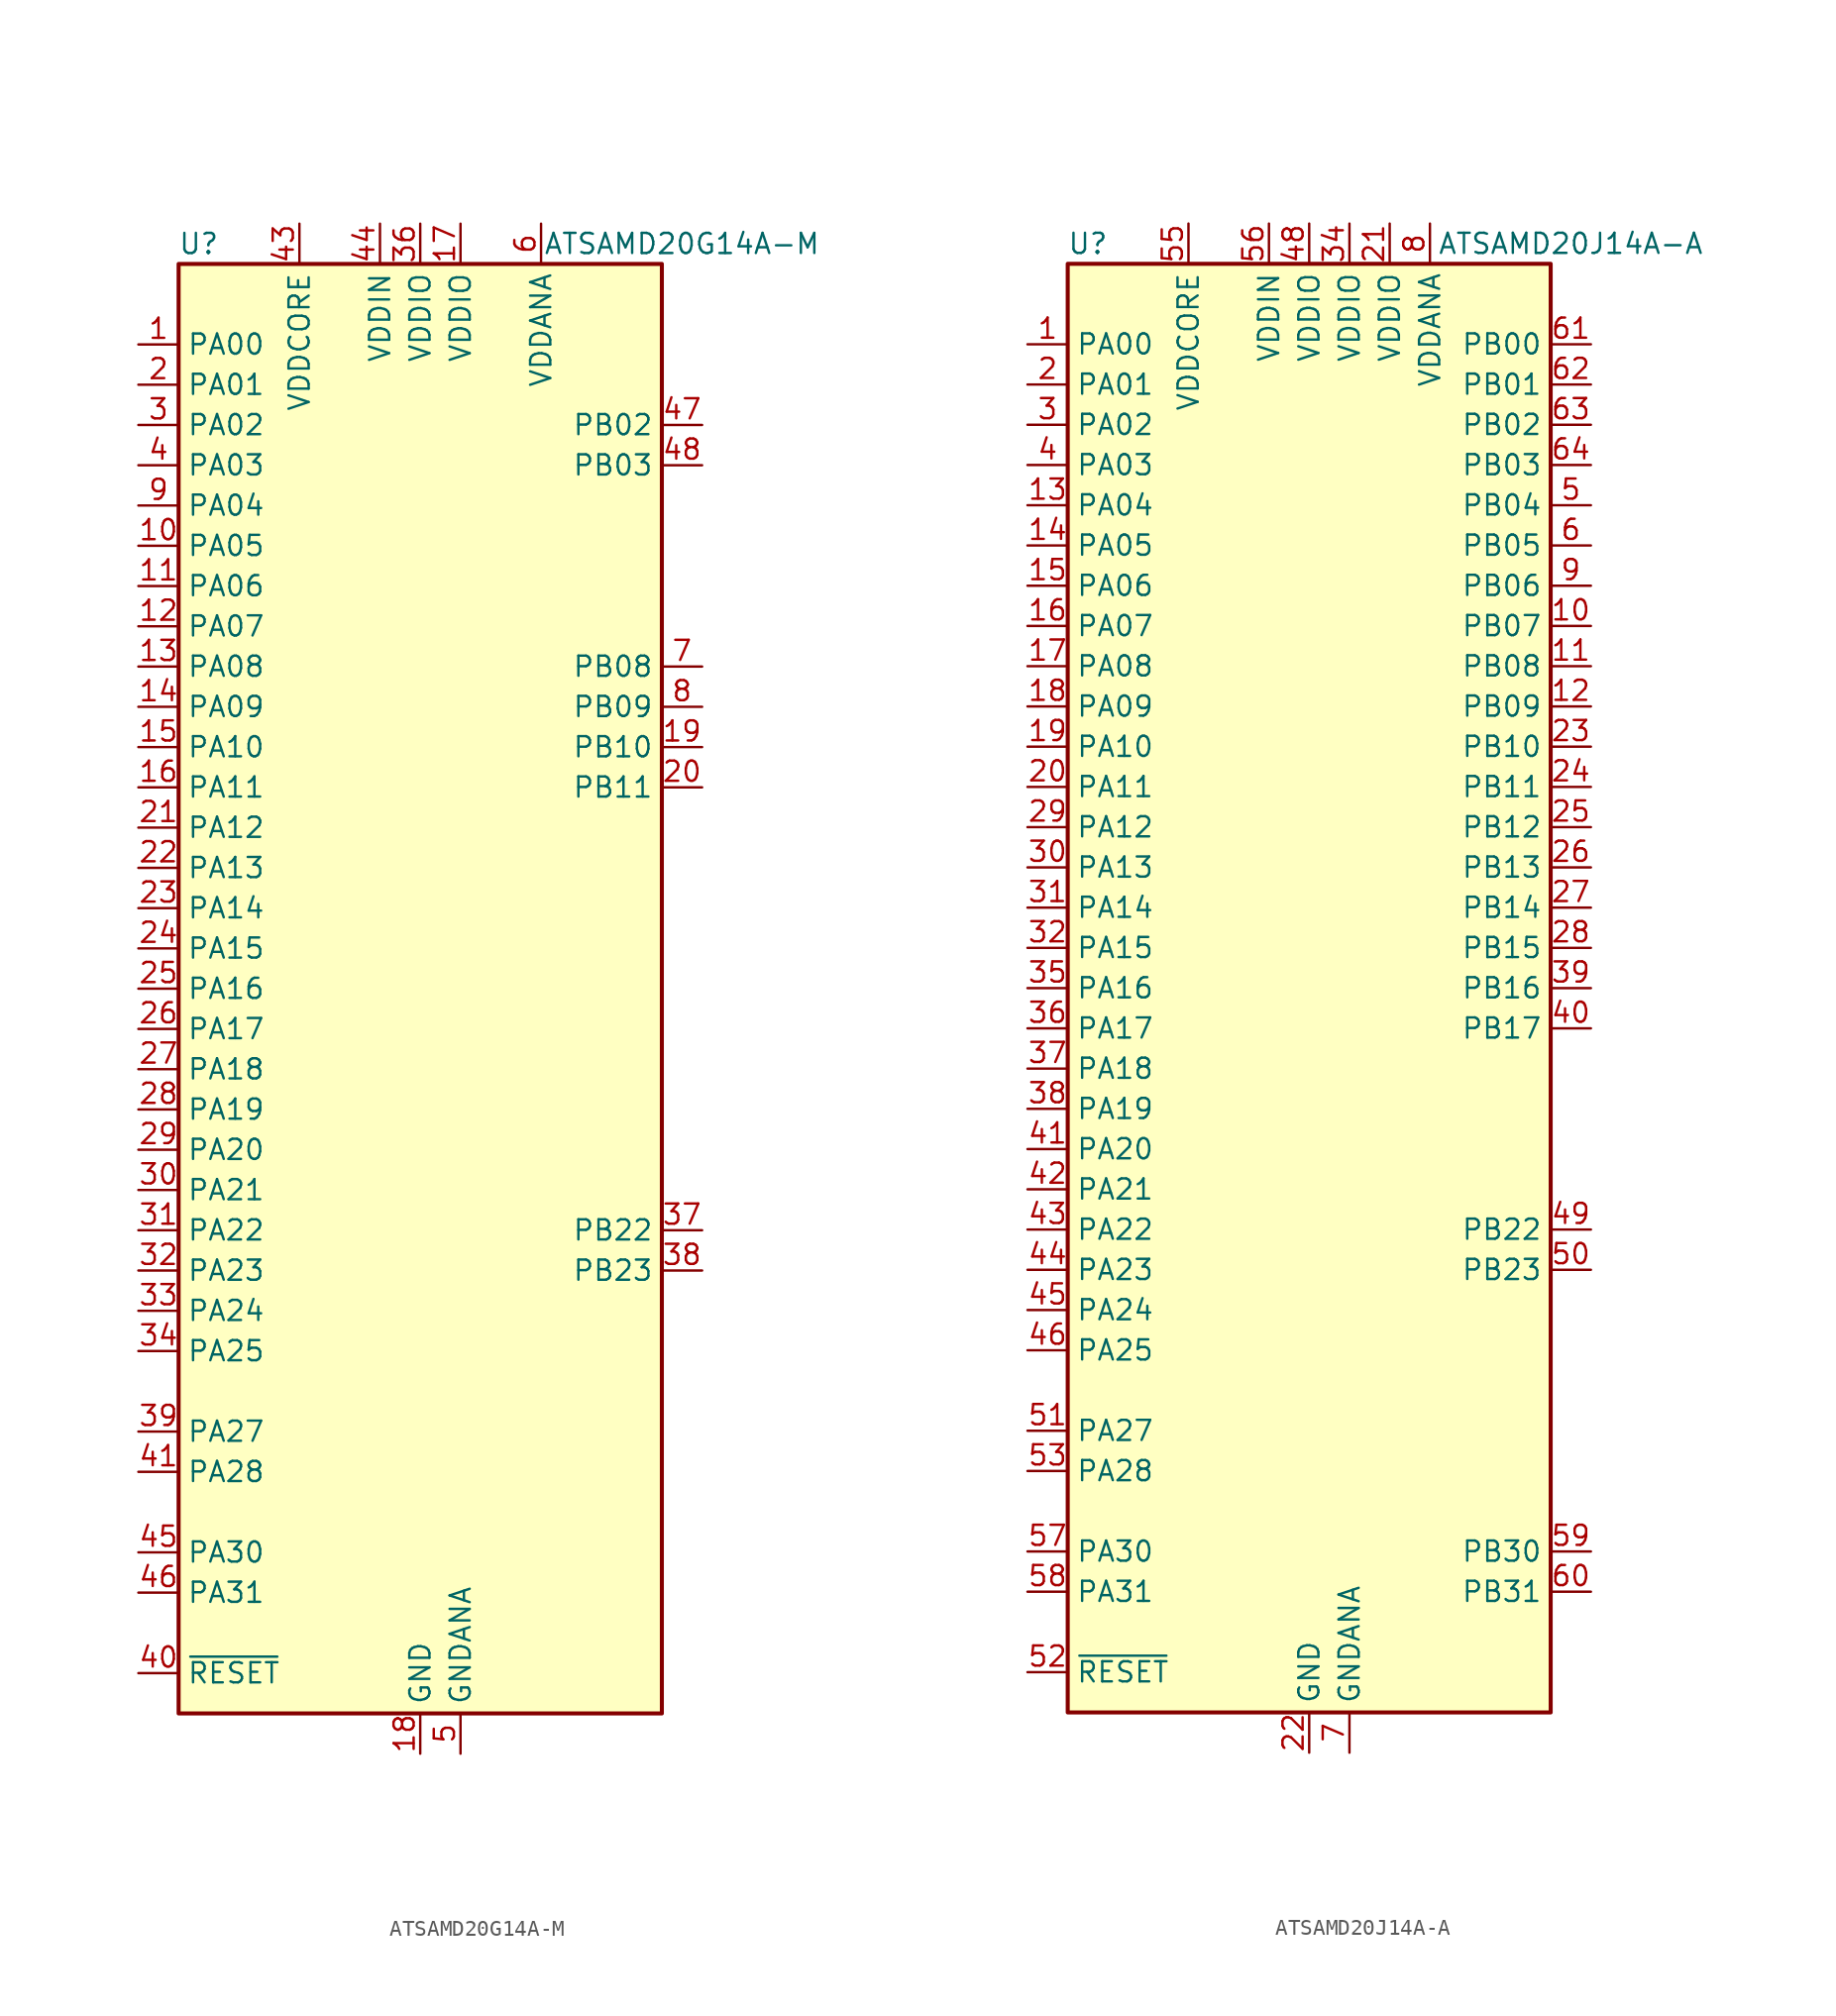
<source format=kicad_sym>
(kicad_symbol_lib
  (version 20211014)
  (generator kicad_symbol_editor)
  (symbol "ATSAMD20G14A-M"
    (property "Reference" "U"
      (at -13.97 46.99 0)
      (effects (font (size 1.27 1.27))))
    (property "Value" "ATSAMD20G14A-M"
      (at 16.51 46.99 0)
      (effects (font (size 1.27 1.27))))
    (symbol "ATSAMD20G14A-M_0_1"
      (rectangle (start -15.24 45.72) (end 15.24 -45.72) (stroke (width 0.254) (type default) (color 0 0 0 0)) (fill (type background))))
    (symbol "ATSAMD20G14A-M_1_1"
      (pin bidirectional line (at -17.78 40.64 0) (length 2.54) (name "PA00" (effects (font (size 1.27 1.27)))) (number "1" (effects (font (size 1.27 1.27)))))
      (pin bidirectional line (at -17.78 27.94 0) (length 2.54) (name "PA05" (effects (font (size 1.27 1.27)))) (number "10" (effects (font (size 1.27 1.27)))))
      (pin bidirectional line (at -17.78 25.4 0) (length 2.54) (name "PA06" (effects (font (size 1.27 1.27)))) (number "11" (effects (font (size 1.27 1.27)))))
      (pin bidirectional line (at -17.78 22.86 0) (length 2.54) (name "PA07" (effects (font (size 1.27 1.27)))) (number "12" (effects (font (size 1.27 1.27)))))
      (pin bidirectional line (at -17.78 20.32 0) (length 2.54) (name "PA08" (effects (font (size 1.27 1.27)))) (number "13" (effects (font (size 1.27 1.27)))))
      (pin bidirectional line (at -17.78 17.78 0) (length 2.54) (name "PA09" (effects (font (size 1.27 1.27)))) (number "14" (effects (font (size 1.27 1.27)))))
      (pin bidirectional line (at -17.78 15.24 0) (length 2.54) (name "PA10" (effects (font (size 1.27 1.27)))) (number "15" (effects (font (size 1.27 1.27)))))
      (pin bidirectional line (at -17.78 12.7 0) (length 2.54) (name "PA11" (effects (font (size 1.27 1.27)))) (number "16" (effects (font (size 1.27 1.27)))))
      (pin power_in line (at 2.54 48.26 270) (length 2.54) (name "VDDIO" (effects (font (size 1.27 1.27)))) (number "17" (effects (font (size 1.27 1.27)))))
      (pin power_in line (at 0 -48.26 90) (length 2.54) (name "GND" (effects (font (size 1.27 1.27)))) (number "18" (effects (font (size 1.27 1.27)))))
      (pin bidirectional line (at 17.78 15.24 180) (length 2.54) (name "PB10" (effects (font (size 1.27 1.27)))) (number "19" (effects (font (size 1.27 1.27)))))
      (pin bidirectional line (at -17.78 38.1 0) (length 2.54) (name "PA01" (effects (font (size 1.27 1.27)))) (number "2" (effects (font (size 1.27 1.27)))))
      (pin bidirectional line (at 17.78 12.7 180) (length 2.54) (name "PB11" (effects (font (size 1.27 1.27)))) (number "20" (effects (font (size 1.27 1.27)))))
      (pin bidirectional line (at -17.78 10.16 0) (length 2.54) (name "PA12" (effects (font (size 1.27 1.27)))) (number "21" (effects (font (size 1.27 1.27)))))
      (pin bidirectional line (at -17.78 7.62 0) (length 2.54) (name "PA13" (effects (font (size 1.27 1.27)))) (number "22" (effects (font (size 1.27 1.27)))))
      (pin bidirectional line (at -17.78 5.08 0) (length 2.54) (name "PA14" (effects (font (size 1.27 1.27)))) (number "23" (effects (font (size 1.27 1.27)))))
      (pin bidirectional line (at -17.78 2.54 0) (length 2.54) (name "PA15" (effects (font (size 1.27 1.27)))) (number "24" (effects (font (size 1.27 1.27)))))
      (pin bidirectional line (at -17.78 0 0) (length 2.54) (name "PA16" (effects (font (size 1.27 1.27)))) (number "25" (effects (font (size 1.27 1.27)))))
      (pin bidirectional line (at -17.78 -2.54 0) (length 2.54) (name "PA17" (effects (font (size 1.27 1.27)))) (number "26" (effects (font (size 1.27 1.27)))))
      (pin bidirectional line (at -17.78 -5.08 0) (length 2.54) (name "PA18" (effects (font (size 1.27 1.27)))) (number "27" (effects (font (size 1.27 1.27)))))
      (pin bidirectional line (at -17.78 -7.62 0) (length 2.54) (name "PA19" (effects (font (size 1.27 1.27)))) (number "28" (effects (font (size 1.27 1.27)))))
      (pin bidirectional line (at -17.78 -10.16 0) (length 2.54) (name "PA20" (effects (font (size 1.27 1.27)))) (number "29" (effects (font (size 1.27 1.27)))))
      (pin bidirectional line (at -17.78 35.56 0) (length 2.54) (name "PA02" (effects (font (size 1.27 1.27)))) (number "3" (effects (font (size 1.27 1.27)))))
      (pin bidirectional line (at -17.78 -12.7 0) (length 2.54) (name "PA21" (effects (font (size 1.27 1.27)))) (number "30" (effects (font (size 1.27 1.27)))))
      (pin bidirectional line (at -17.78 -15.24 0) (length 2.54) (name "PA22" (effects (font (size 1.27 1.27)))) (number "31" (effects (font (size 1.27 1.27)))))
      (pin bidirectional line (at -17.78 -17.78 0) (length 2.54) (name "PA23" (effects (font (size 1.27 1.27)))) (number "32" (effects (font (size 1.27 1.27)))))
      (pin bidirectional line (at -17.78 -20.32 0) (length 2.54) (name "PA24" (effects (font (size 1.27 1.27)))) (number "33" (effects (font (size 1.27 1.27)))))
      (pin bidirectional line (at -17.78 -22.86 0) (length 2.54) (name "PA25" (effects (font (size 1.27 1.27)))) (number "34" (effects (font (size 1.27 1.27)))))
      (pin passive line (at 0 -48.26 90) (length 2.54) hide (name "GND" (effects (font (size 1.27 1.27)))) (number "35" (effects (font (size 1.27 1.27)))))
      (pin power_in line (at 0 48.26 270) (length 2.54) (name "VDDIO" (effects (font (size 1.27 1.27)))) (number "36" (effects (font (size 1.27 1.27)))))
      (pin bidirectional line (at 17.78 -15.24 180) (length 2.54) (name "PB22" (effects (font (size 1.27 1.27)))) (number "37" (effects (font (size 1.27 1.27)))))
      (pin bidirectional line (at 17.78 -17.78 180) (length 2.54) (name "PB23" (effects (font (size 1.27 1.27)))) (number "38" (effects (font (size 1.27 1.27)))))
      (pin bidirectional line (at -17.78 -27.94 0) (length 2.54) (name "PA27" (effects (font (size 1.27 1.27)))) (number "39" (effects (font (size 1.27 1.27)))))
      (pin bidirectional line (at -17.78 33.02 0) (length 2.54) (name "PA03" (effects (font (size 1.27 1.27)))) (number "4" (effects (font (size 1.27 1.27)))))
      (pin input line (at -17.78 -43.18 0) (length 2.54) (name "~{RESET}" (effects (font (size 1.27 1.27)))) (number "40" (effects (font (size 1.27 1.27)))))
      (pin bidirectional line (at -17.78 -30.48 0) (length 2.54) (name "PA28" (effects (font (size 1.27 1.27)))) (number "41" (effects (font (size 1.27 1.27)))))
      (pin passive line (at 0 -48.26 90) (length 2.54) hide (name "GND" (effects (font (size 1.27 1.27)))) (number "42" (effects (font (size 1.27 1.27)))))
      (pin power_out line (at -7.62 48.26 270) (length 2.54) (name "VDDCORE" (effects (font (size 1.27 1.27)))) (number "43" (effects (font (size 1.27 1.27)))))
      (pin power_in line (at -2.54 48.26 270) (length 2.54) (name "VDDIN" (effects (font (size 1.27 1.27)))) (number "44" (effects (font (size 1.27 1.27)))))
      (pin bidirectional line (at -17.78 -35.56 0) (length 2.54) (name "PA30" (effects (font (size 1.27 1.27)))) (number "45" (effects (font (size 1.27 1.27)))))
      (pin bidirectional line (at -17.78 -38.1 0) (length 2.54) (name "PA31" (effects (font (size 1.27 1.27)))) (number "46" (effects (font (size 1.27 1.27)))))
      (pin bidirectional line (at 17.78 35.56 180) (length 2.54) (name "PB02" (effects (font (size 1.27 1.27)))) (number "47" (effects (font (size 1.27 1.27)))))
      (pin bidirectional line (at 17.78 33.02 180) (length 2.54) (name "PB03" (effects (font (size 1.27 1.27)))) (number "48" (effects (font (size 1.27 1.27)))))
      (pin no_connect line (at 15.24 -43.18 180) (length 2.54) hide (name "EP" (effects (font (size 1.27 1.27)))) (number "49" (effects (font (size 1.27 1.27)))))
      (pin power_in line (at 2.54 -48.26 90) (length 2.54) (name "GNDANA" (effects (font (size 1.27 1.27)))) (number "5" (effects (font (size 1.27 1.27)))))
      (pin power_in line (at 7.62 48.26 270) (length 2.54) (name "VDDANA" (effects (font (size 1.27 1.27)))) (number "6" (effects (font (size 1.27 1.27)))))
      (pin bidirectional line (at 17.78 20.32 180) (length 2.54) (name "PB08" (effects (font (size 1.27 1.27)))) (number "7" (effects (font (size 1.27 1.27)))))
      (pin bidirectional line (at 17.78 17.78 180) (length 2.54) (name "PB09" (effects (font (size 1.27 1.27)))) (number "8" (effects (font (size 1.27 1.27)))))
      (pin bidirectional line (at -17.78 30.48 0) (length 2.54) (name "PA04" (effects (font (size 1.27 1.27)))) (number "9" (effects (font (size 1.27 1.27)))))))
  (symbol "ATSAMD20J14A-A"
    (property "Reference" "U"
      (at -13.97 46.99 0)
      (effects (font (size 1.27 1.27))))
    (property "Value" "ATSAMD20J14A-A"
      (at 16.51 46.99 0)
      (effects (font (size 1.27 1.27))))
    (symbol "ATSAMD20J14A-A_0_1"
      (rectangle (start -15.24 45.72) (end 15.24 -45.72) (stroke (width 0.254) (type default) (color 0 0 0 0)) (fill (type background))))
    (symbol "ATSAMD20J14A-A_1_1"
      (pin bidirectional line (at -17.78 40.64 0) (length 2.54) (name "PA00" (effects (font (size 1.27 1.27)))) (number "1" (effects (font (size 1.27 1.27)))))
      (pin bidirectional line (at 17.78 22.86 180) (length 2.54) (name "PB07" (effects (font (size 1.27 1.27)))) (number "10" (effects (font (size 1.27 1.27)))))
      (pin bidirectional line (at 17.78 20.32 180) (length 2.54) (name "PB08" (effects (font (size 1.27 1.27)))) (number "11" (effects (font (size 1.27 1.27)))))
      (pin bidirectional line (at 17.78 17.78 180) (length 2.54) (name "PB09" (effects (font (size 1.27 1.27)))) (number "12" (effects (font (size 1.27 1.27)))))
      (pin bidirectional line (at -17.78 30.48 0) (length 2.54) (name "PA04" (effects (font (size 1.27 1.27)))) (number "13" (effects (font (size 1.27 1.27)))))
      (pin bidirectional line (at -17.78 27.94 0) (length 2.54) (name "PA05" (effects (font (size 1.27 1.27)))) (number "14" (effects (font (size 1.27 1.27)))))
      (pin bidirectional line (at -17.78 25.4 0) (length 2.54) (name "PA06" (effects (font (size 1.27 1.27)))) (number "15" (effects (font (size 1.27 1.27)))))
      (pin bidirectional line (at -17.78 22.86 0) (length 2.54) (name "PA07" (effects (font (size 1.27 1.27)))) (number "16" (effects (font (size 1.27 1.27)))))
      (pin bidirectional line (at -17.78 20.32 0) (length 2.54) (name "PA08" (effects (font (size 1.27 1.27)))) (number "17" (effects (font (size 1.27 1.27)))))
      (pin bidirectional line (at -17.78 17.78 0) (length 2.54) (name "PA09" (effects (font (size 1.27 1.27)))) (number "18" (effects (font (size 1.27 1.27)))))
      (pin bidirectional line (at -17.78 15.24 0) (length 2.54) (name "PA10" (effects (font (size 1.27 1.27)))) (number "19" (effects (font (size 1.27 1.27)))))
      (pin bidirectional line (at -17.78 38.1 0) (length 2.54) (name "PA01" (effects (font (size 1.27 1.27)))) (number "2" (effects (font (size 1.27 1.27)))))
      (pin bidirectional line (at -17.78 12.7 0) (length 2.54) (name "PA11" (effects (font (size 1.27 1.27)))) (number "20" (effects (font (size 1.27 1.27)))))
      (pin power_in line (at 5.08 48.26 270) (length 2.54) (name "VDDIO" (effects (font (size 1.27 1.27)))) (number "21" (effects (font (size 1.27 1.27)))))
      (pin power_in line (at 0 -48.26 90) (length 2.54) (name "GND" (effects (font (size 1.27 1.27)))) (number "22" (effects (font (size 1.27 1.27)))))
      (pin bidirectional line (at 17.78 15.24 180) (length 2.54) (name "PB10" (effects (font (size 1.27 1.27)))) (number "23" (effects (font (size 1.27 1.27)))))
      (pin bidirectional line (at 17.78 12.7 180) (length 2.54) (name "PB11" (effects (font (size 1.27 1.27)))) (number "24" (effects (font (size 1.27 1.27)))))
      (pin bidirectional line (at 17.78 10.16 180) (length 2.54) (name "PB12" (effects (font (size 1.27 1.27)))) (number "25" (effects (font (size 1.27 1.27)))))
      (pin bidirectional line (at 17.78 7.62 180) (length 2.54) (name "PB13" (effects (font (size 1.27 1.27)))) (number "26" (effects (font (size 1.27 1.27)))))
      (pin bidirectional line (at 17.78 5.08 180) (length 2.54) (name "PB14" (effects (font (size 1.27 1.27)))) (number "27" (effects (font (size 1.27 1.27)))))
      (pin bidirectional line (at 17.78 2.54 180) (length 2.54) (name "PB15" (effects (font (size 1.27 1.27)))) (number "28" (effects (font (size 1.27 1.27)))))
      (pin bidirectional line (at -17.78 10.16 0) (length 2.54) (name "PA12" (effects (font (size 1.27 1.27)))) (number "29" (effects (font (size 1.27 1.27)))))
      (pin bidirectional line (at -17.78 35.56 0) (length 2.54) (name "PA02" (effects (font (size 1.27 1.27)))) (number "3" (effects (font (size 1.27 1.27)))))
      (pin bidirectional line (at -17.78 7.62 0) (length 2.54) (name "PA13" (effects (font (size 1.27 1.27)))) (number "30" (effects (font (size 1.27 1.27)))))
      (pin bidirectional line (at -17.78 5.08 0) (length 2.54) (name "PA14" (effects (font (size 1.27 1.27)))) (number "31" (effects (font (size 1.27 1.27)))))
      (pin bidirectional line (at -17.78 2.54 0) (length 2.54) (name "PA15" (effects (font (size 1.27 1.27)))) (number "32" (effects (font (size 1.27 1.27)))))
      (pin passive line (at 0 -48.26 90) (length 2.54) hide (name "GND" (effects (font (size 1.27 1.27)))) (number "33" (effects (font (size 1.27 1.27)))))
      (pin power_in line (at 2.54 48.26 270) (length 2.54) (name "VDDIO" (effects (font (size 1.27 1.27)))) (number "34" (effects (font (size 1.27 1.27)))))
      (pin bidirectional line (at -17.78 0 0) (length 2.54) (name "PA16" (effects (font (size 1.27 1.27)))) (number "35" (effects (font (size 1.27 1.27)))))
      (pin bidirectional line (at -17.78 -2.54 0) (length 2.54) (name "PA17" (effects (font (size 1.27 1.27)))) (number "36" (effects (font (size 1.27 1.27)))))
      (pin bidirectional line (at -17.78 -5.08 0) (length 2.54) (name "PA18" (effects (font (size 1.27 1.27)))) (number "37" (effects (font (size 1.27 1.27)))))
      (pin bidirectional line (at -17.78 -7.62 0) (length 2.54) (name "PA19" (effects (font (size 1.27 1.27)))) (number "38" (effects (font (size 1.27 1.27)))))
      (pin bidirectional line (at 17.78 0 180) (length 2.54) (name "PB16" (effects (font (size 1.27 1.27)))) (number "39" (effects (font (size 1.27 1.27)))))
      (pin bidirectional line (at -17.78 33.02 0) (length 2.54) (name "PA03" (effects (font (size 1.27 1.27)))) (number "4" (effects (font (size 1.27 1.27)))))
      (pin bidirectional line (at 17.78 -2.54 180) (length 2.54) (name "PB17" (effects (font (size 1.27 1.27)))) (number "40" (effects (font (size 1.27 1.27)))))
      (pin bidirectional line (at -17.78 -10.16 0) (length 2.54) (name "PA20" (effects (font (size 1.27 1.27)))) (number "41" (effects (font (size 1.27 1.27)))))
      (pin bidirectional line (at -17.78 -12.7 0) (length 2.54) (name "PA21" (effects (font (size 1.27 1.27)))) (number "42" (effects (font (size 1.27 1.27)))))
      (pin bidirectional line (at -17.78 -15.24 0) (length 2.54) (name "PA22" (effects (font (size 1.27 1.27)))) (number "43" (effects (font (size 1.27 1.27)))))
      (pin bidirectional line (at -17.78 -17.78 0) (length 2.54) (name "PA23" (effects (font (size 1.27 1.27)))) (number "44" (effects (font (size 1.27 1.27)))))
      (pin bidirectional line (at -17.78 -20.32 0) (length 2.54) (name "PA24" (effects (font (size 1.27 1.27)))) (number "45" (effects (font (size 1.27 1.27)))))
      (pin bidirectional line (at -17.78 -22.86 0) (length 2.54) (name "PA25" (effects (font (size 1.27 1.27)))) (number "46" (effects (font (size 1.27 1.27)))))
      (pin passive line (at 0 -48.26 90) (length 2.54) hide (name "GND" (effects (font (size 1.27 1.27)))) (number "47" (effects (font (size 1.27 1.27)))))
      (pin power_in line (at 0 48.26 270) (length 2.54) (name "VDDIO" (effects (font (size 1.27 1.27)))) (number "48" (effects (font (size 1.27 1.27)))))
      (pin bidirectional line (at 17.78 -15.24 180) (length 2.54) (name "PB22" (effects (font (size 1.27 1.27)))) (number "49" (effects (font (size 1.27 1.27)))))
      (pin bidirectional line (at 17.78 30.48 180) (length 2.54) (name "PB04" (effects (font (size 1.27 1.27)))) (number "5" (effects (font (size 1.27 1.27)))))
      (pin bidirectional line (at 17.78 -17.78 180) (length 2.54) (name "PB23" (effects (font (size 1.27 1.27)))) (number "50" (effects (font (size 1.27 1.27)))))
      (pin bidirectional line (at -17.78 -27.94 0) (length 2.54) (name "PA27" (effects (font (size 1.27 1.27)))) (number "51" (effects (font (size 1.27 1.27)))))
      (pin input line (at -17.78 -43.18 0) (length 2.54) (name "~{RESET}" (effects (font (size 1.27 1.27)))) (number "52" (effects (font (size 1.27 1.27)))))
      (pin bidirectional line (at -17.78 -30.48 0) (length 2.54) (name "PA28" (effects (font (size 1.27 1.27)))) (number "53" (effects (font (size 1.27 1.27)))))
      (pin passive line (at 0 -48.26 90) (length 2.54) hide (name "GND" (effects (font (size 1.27 1.27)))) (number "54" (effects (font (size 1.27 1.27)))))
      (pin power_out line (at -7.62 48.26 270) (length 2.54) (name "VDDCORE" (effects (font (size 1.27 1.27)))) (number "55" (effects (font (size 1.27 1.27)))))
      (pin power_in line (at -2.54 48.26 270) (length 2.54) (name "VDDIN" (effects (font (size 1.27 1.27)))) (number "56" (effects (font (size 1.27 1.27)))))
      (pin bidirectional line (at -17.78 -35.56 0) (length 2.54) (name "PA30" (effects (font (size 1.27 1.27)))) (number "57" (effects (font (size 1.27 1.27)))))
      (pin bidirectional line (at -17.78 -38.1 0) (length 2.54) (name "PA31" (effects (font (size 1.27 1.27)))) (number "58" (effects (font (size 1.27 1.27)))))
      (pin bidirectional line (at 17.78 -35.56 180) (length 2.54) (name "PB30" (effects (font (size 1.27 1.27)))) (number "59" (effects (font (size 1.27 1.27)))))
      (pin bidirectional line (at 17.78 27.94 180) (length 2.54) (name "PB05" (effects (font (size 1.27 1.27)))) (number "6" (effects (font (size 1.27 1.27)))))
      (pin bidirectional line (at 17.78 -38.1 180) (length 2.54) (name "PB31" (effects (font (size 1.27 1.27)))) (number "60" (effects (font (size 1.27 1.27)))))
      (pin bidirectional line (at 17.78 40.64 180) (length 2.54) (name "PB00" (effects (font (size 1.27 1.27)))) (number "61" (effects (font (size 1.27 1.27)))))
      (pin bidirectional line (at 17.78 38.1 180) (length 2.54) (name "PB01" (effects (font (size 1.27 1.27)))) (number "62" (effects (font (size 1.27 1.27)))))
      (pin bidirectional line (at 17.78 35.56 180) (length 2.54) (name "PB02" (effects (font (size 1.27 1.27)))) (number "63" (effects (font (size 1.27 1.27)))))
      (pin bidirectional line (at 17.78 33.02 180) (length 2.54) (name "PB03" (effects (font (size 1.27 1.27)))) (number "64" (effects (font (size 1.27 1.27)))))
      (pin power_in line (at 2.54 -48.26 90) (length 2.54) (name "GNDANA" (effects (font (size 1.27 1.27)))) (number "7" (effects (font (size 1.27 1.27)))))
      (pin power_in line (at 7.62 48.26 270) (length 2.54) (name "VDDANA" (effects (font (size 1.27 1.27)))) (number "8" (effects (font (size 1.27 1.27)))))
      (pin bidirectional line (at 17.78 25.4 180) (length 2.54) (name "PB06" (effects (font (size 1.27 1.27)))) (number "9" (effects (font (size 1.27 1.27))))))))
</source>
